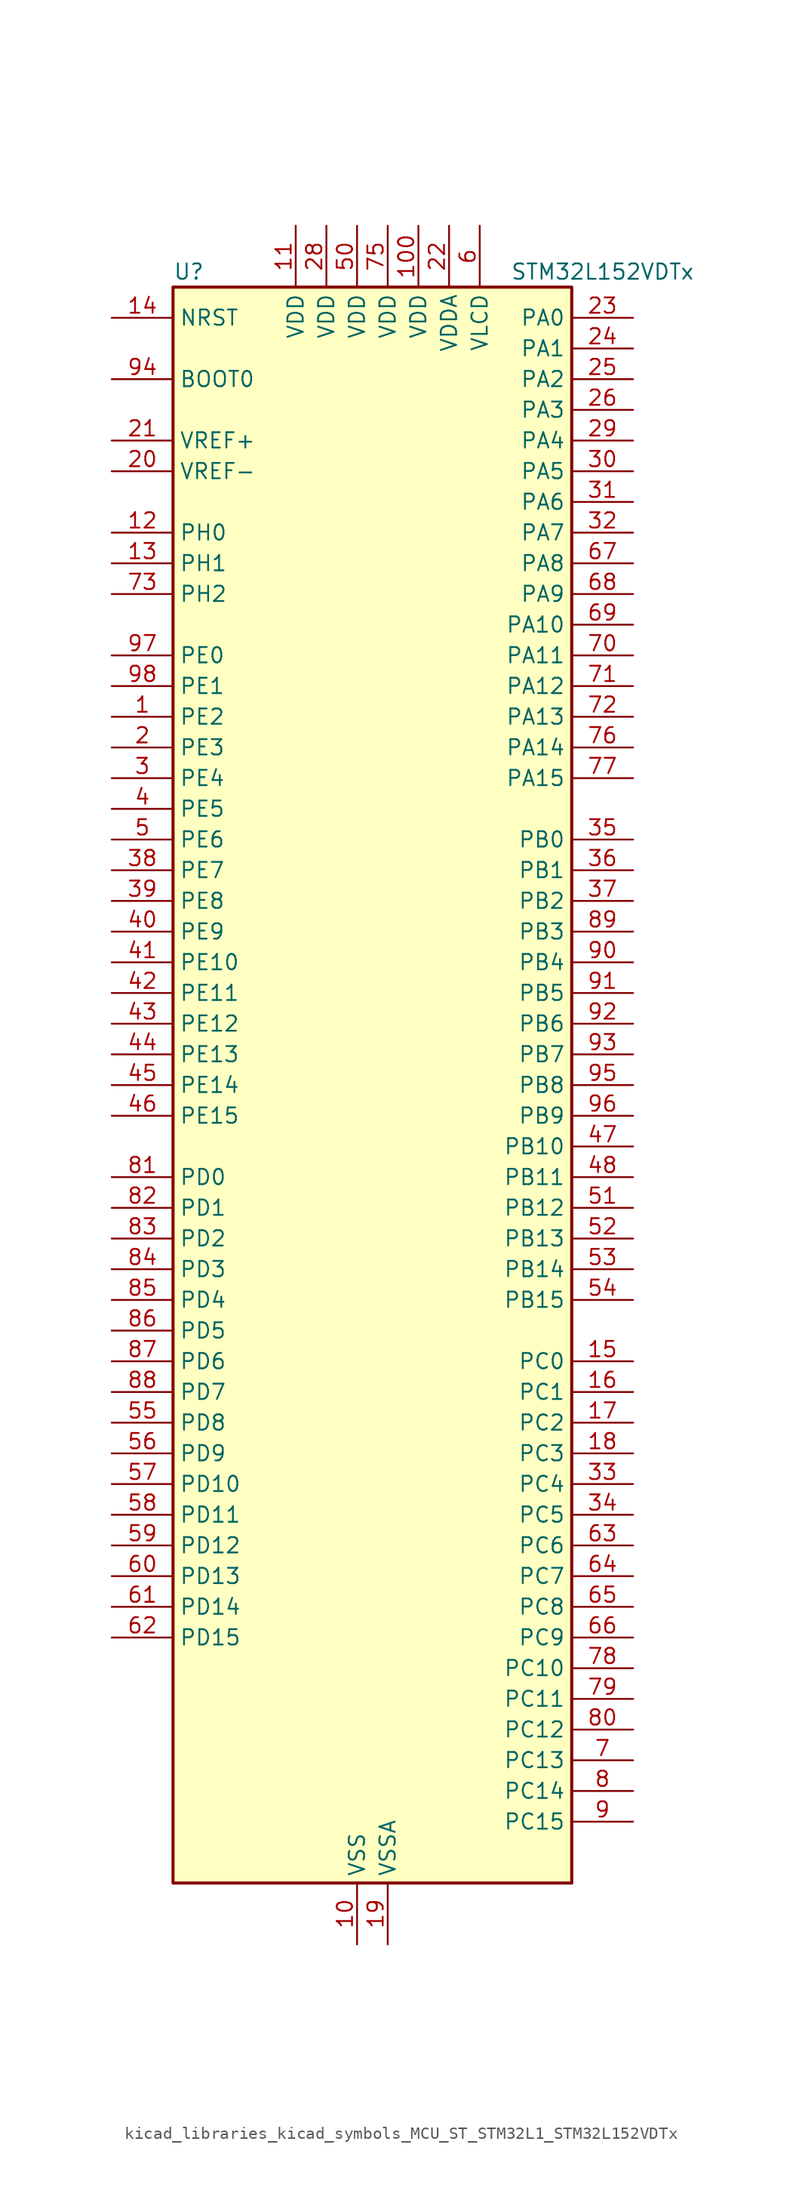
<source format=kicad_sym>
(kicad_symbol_lib
  (version 20220914)
  (generator kicad_symbol_editor)
  (symbol "kicad_libraries_kicad_symbols_MCU_ST_STM32L1_STM32L152VDTx"
    (property "Reference" "U"
      (at -15.24 67.31 0)
      (effects (font (size 1.27 1.27)) (justify left)))
    (property "Value" "STM32L152VDTx"
      (at 12.7 67.31 0)
      (effects (font (size 1.27 1.27)) (justify left)))
    (property "ki_locked" ""
      (at 0 0 0)
      (effects (font (size 1.27 1.27))))
    (symbol "kicad_libraries_kicad_symbols_MCU_ST_STM32L1_STM32L152VDTx_0_1"
      (rectangle (start -15.24 -66.04) (end 17.78 66.04) (stroke (width 0.254) (type default)) (fill (type background))))
    (symbol "kicad_libraries_kicad_symbols_MCU_ST_STM32L1_STM32L152VDTx_1_1"
      (pin bidirectional line (at -20.32 30.48 0) (length 5.08) (name "PE2" (effects (font (size 1.27 1.27)))) (number "1" (effects (font (size 1.27 1.27)))) (alternate "FSMC_A23" bidirectional line) (alternate "LCD_SEG38" bidirectional line) (alternate "SYS_TRACECK" bidirectional line) (alternate "TIM3_ETR" bidirectional line) (alternate "TIMX_IC3" bidirectional line))
      (pin power_in line (at 0 -71.12 90) (length 5.08) (name "VSS" (effects (font (size 1.27 1.27)))) (number "10" (effects (font (size 1.27 1.27)))))
      (pin power_in line (at 5.08 71.12 270) (length 5.08) (name "VDD" (effects (font (size 1.27 1.27)))) (number "100" (effects (font (size 1.27 1.27)))))
      (pin power_in line (at -5.08 71.12 270) (length 5.08) (name "VDD" (effects (font (size 1.27 1.27)))) (number "11" (effects (font (size 1.27 1.27)))))
      (pin bidirectional line (at -20.32 45.72 0) (length 5.08) (name "PH0" (effects (font (size 1.27 1.27)))) (number "12" (effects (font (size 1.27 1.27)))) (alternate "RCC_OSC_IN" bidirectional line))
      (pin bidirectional line (at -20.32 43.18 0) (length 5.08) (name "PH1" (effects (font (size 1.27 1.27)))) (number "13" (effects (font (size 1.27 1.27)))) (alternate "RCC_OSC_OUT" bidirectional line))
      (pin input line (at -20.32 63.5 0) (length 5.08) (name "NRST" (effects (font (size 1.27 1.27)))) (number "14" (effects (font (size 1.27 1.27)))))
      (pin bidirectional line (at 22.86 -22.86 180) (length 5.08) (name "PC0" (effects (font (size 1.27 1.27)))) (number "15" (effects (font (size 1.27 1.27)))) (alternate "ADC_IN10" bidirectional line) (alternate "COMP1_INP" bidirectional line) (alternate "LCD_SEG18" bidirectional line) (alternate "TIMX_IC1" bidirectional line) (alternate "TS_G8_IO1" bidirectional line))
      (pin bidirectional line (at 22.86 -25.4 180) (length 5.08) (name "PC1" (effects (font (size 1.27 1.27)))) (number "16" (effects (font (size 1.27 1.27)))) (alternate "ADC_IN11" bidirectional line) (alternate "COMP1_INP" bidirectional line) (alternate "LCD_SEG19" bidirectional line) (alternate "OPAMP3_VINP" bidirectional line) (alternate "TIMX_IC2" bidirectional line) (alternate "TS_G8_IO2" bidirectional line))
      (pin bidirectional line (at 22.86 -27.94 180) (length 5.08) (name "PC2" (effects (font (size 1.27 1.27)))) (number "17" (effects (font (size 1.27 1.27)))) (alternate "ADC_IN12" bidirectional line) (alternate "COMP1_INP" bidirectional line) (alternate "LCD_SEG20" bidirectional line) (alternate "OPAMP3_VINM" bidirectional line) (alternate "TIMX_IC3" bidirectional line) (alternate "TS_G8_IO3" bidirectional line))
      (pin bidirectional line (at 22.86 -30.48 180) (length 5.08) (name "PC3" (effects (font (size 1.27 1.27)))) (number "18" (effects (font (size 1.27 1.27)))) (alternate "ADC_IN13" bidirectional line) (alternate "COMP1_INP" bidirectional line) (alternate "LCD_SEG21" bidirectional line) (alternate "OPAMP3_VOUT" bidirectional line) (alternate "TIMX_IC4" bidirectional line) (alternate "TS_G8_IO4" bidirectional line))
      (pin power_in line (at 2.54 -71.12 90) (length 5.08) (name "VSSA" (effects (font (size 1.27 1.27)))) (number "19" (effects (font (size 1.27 1.27)))))
      (pin bidirectional line (at -20.32 27.94 0) (length 5.08) (name "PE3" (effects (font (size 1.27 1.27)))) (number "2" (effects (font (size 1.27 1.27)))) (alternate "FSMC_A19" bidirectional line) (alternate "LCD_SEG39" bidirectional line) (alternate "SYS_TRACED0" bidirectional line) (alternate "TIM3_CH1" bidirectional line) (alternate "TIMX_IC4" bidirectional line))
      (pin input line (at -20.32 50.8 0) (length 5.08) (name "VREF-" (effects (font (size 1.27 1.27)))) (number "20" (effects (font (size 1.27 1.27)))))
      (pin input line (at -20.32 53.34 0) (length 5.08) (name "VREF+" (effects (font (size 1.27 1.27)))) (number "21" (effects (font (size 1.27 1.27)))))
      (pin power_in line (at 7.62 71.12 270) (length 5.08) (name "VDDA" (effects (font (size 1.27 1.27)))) (number "22" (effects (font (size 1.27 1.27)))))
      (pin bidirectional line (at 22.86 63.5 180) (length 5.08) (name "PA0" (effects (font (size 1.27 1.27)))) (number "23" (effects (font (size 1.27 1.27)))) (alternate "ADC_IN0" bidirectional line) (alternate "COMP1_INP" bidirectional line) (alternate "RTC_TAMP2" bidirectional line) (alternate "SYS_WKUP1" bidirectional line) (alternate "TIM2_CH1" bidirectional line) (alternate "TIM2_ETR" bidirectional line) (alternate "TIM5_CH1" bidirectional line) (alternate "TIMX_IC1" bidirectional line) (alternate "TS_G1_IO1" bidirectional line) (alternate "USART2_CTS" bidirectional line))
      (pin bidirectional line (at 22.86 60.96 180) (length 5.08) (name "PA1" (effects (font (size 1.27 1.27)))) (number "24" (effects (font (size 1.27 1.27)))) (alternate "ADC_IN1" bidirectional line) (alternate "COMP1_INP" bidirectional line) (alternate "LCD_SEG0" bidirectional line) (alternate "OPAMP1_VINP" bidirectional line) (alternate "TIM2_CH2" bidirectional line) (alternate "TIM5_CH2" bidirectional line) (alternate "TIMX_IC2" bidirectional line) (alternate "TS_G1_IO2" bidirectional line) (alternate "USART2_RTS" bidirectional line))
      (pin bidirectional line (at 22.86 58.42 180) (length 5.08) (name "PA2" (effects (font (size 1.27 1.27)))) (number "25" (effects (font (size 1.27 1.27)))) (alternate "ADC_IN2" bidirectional line) (alternate "COMP1_INP" bidirectional line) (alternate "LCD_SEG1" bidirectional line) (alternate "OPAMP1_VINM" bidirectional line) (alternate "TIM2_CH3" bidirectional line) (alternate "TIM5_CH3" bidirectional line) (alternate "TIM9_CH1" bidirectional line) (alternate "TIMX_IC3" bidirectional line) (alternate "TS_G1_IO3" bidirectional line) (alternate "USART2_TX" bidirectional line))
      (pin bidirectional line (at 22.86 55.88 180) (length 5.08) (name "PA3" (effects (font (size 1.27 1.27)))) (number "26" (effects (font (size 1.27 1.27)))) (alternate "ADC_IN3" bidirectional line) (alternate "COMP1_INP" bidirectional line) (alternate "LCD_SEG2" bidirectional line) (alternate "OPAMP1_VOUT" bidirectional line) (alternate "TIM2_CH4" bidirectional line) (alternate "TIM5_CH4" bidirectional line) (alternate "TIM9_CH2" bidirectional line) (alternate "TIMX_IC4" bidirectional line) (alternate "TS_G1_IO4" bidirectional line) (alternate "USART2_RX" bidirectional line))
      (pin passive line (at 0 -71.12 90) (length 5.08) hide (name "VSS" (effects (font (size 1.27 1.27)))) (number "27" (effects (font (size 1.27 1.27)))))
      (pin power_in line (at -2.54 71.12 270) (length 5.08) (name "VDD" (effects (font (size 1.27 1.27)))) (number "28" (effects (font (size 1.27 1.27)))))
      (pin bidirectional line (at 22.86 53.34 180) (length 5.08) (name "PA4" (effects (font (size 1.27 1.27)))) (number "29" (effects (font (size 1.27 1.27)))) (alternate "ADC_IN4" bidirectional line) (alternate "COMP1_INP" bidirectional line) (alternate "DAC_OUT1" bidirectional line) (alternate "I2S3_WS" bidirectional line) (alternate "SPI1_NSS" bidirectional line) (alternate "SPI3_NSS" bidirectional line) (alternate "TIMX_IC1" bidirectional line) (alternate "USART2_CK" bidirectional line))
      (pin bidirectional line (at -20.32 25.4 0) (length 5.08) (name "PE4" (effects (font (size 1.27 1.27)))) (number "3" (effects (font (size 1.27 1.27)))) (alternate "FSMC_A20" bidirectional line) (alternate "SYS_TRACED1" bidirectional line) (alternate "TIM3_CH2" bidirectional line) (alternate "TIMX_IC1" bidirectional line))
      (pin bidirectional line (at 22.86 50.8 180) (length 5.08) (name "PA5" (effects (font (size 1.27 1.27)))) (number "30" (effects (font (size 1.27 1.27)))) (alternate "ADC_IN5" bidirectional line) (alternate "COMP1_INP" bidirectional line) (alternate "DAC_OUT2" bidirectional line) (alternate "SPI1_SCK" bidirectional line) (alternate "TIM2_CH1" bidirectional line) (alternate "TIM2_ETR" bidirectional line) (alternate "TIMX_IC2" bidirectional line))
      (pin bidirectional line (at 22.86 48.26 180) (length 5.08) (name "PA6" (effects (font (size 1.27 1.27)))) (number "31" (effects (font (size 1.27 1.27)))) (alternate "ADC_IN6" bidirectional line) (alternate "COMP1_INP" bidirectional line) (alternate "LCD_SEG3" bidirectional line) (alternate "OPAMP2_VINP" bidirectional line) (alternate "SPI1_MISO" bidirectional line) (alternate "TIM10_CH1" bidirectional line) (alternate "TIM3_CH1" bidirectional line) (alternate "TIMX_IC3" bidirectional line) (alternate "TS_G2_IO1" bidirectional line))
      (pin bidirectional line (at 22.86 45.72 180) (length 5.08) (name "PA7" (effects (font (size 1.27 1.27)))) (number "32" (effects (font (size 1.27 1.27)))) (alternate "ADC_IN7" bidirectional line) (alternate "COMP1_INP" bidirectional line) (alternate "LCD_SEG4" bidirectional line) (alternate "OPAMP2_VINM" bidirectional line) (alternate "SPI1_MOSI" bidirectional line) (alternate "TIM11_CH1" bidirectional line) (alternate "TIM3_CH2" bidirectional line) (alternate "TIMX_IC4" bidirectional line) (alternate "TS_G2_IO2" bidirectional line))
      (pin bidirectional line (at 22.86 -33.02 180) (length 5.08) (name "PC4" (effects (font (size 1.27 1.27)))) (number "33" (effects (font (size 1.27 1.27)))) (alternate "ADC_IN14" bidirectional line) (alternate "COMP1_INP" bidirectional line) (alternate "LCD_SEG22" bidirectional line) (alternate "TIMX_IC1" bidirectional line) (alternate "TS_G9_IO1" bidirectional line))
      (pin bidirectional line (at 22.86 -35.56 180) (length 5.08) (name "PC5" (effects (font (size 1.27 1.27)))) (number "34" (effects (font (size 1.27 1.27)))) (alternate "ADC_IN15" bidirectional line) (alternate "COMP1_INP" bidirectional line) (alternate "LCD_SEG23" bidirectional line) (alternate "TIMX_IC2" bidirectional line) (alternate "TS_G9_IO2" bidirectional line))
      (pin bidirectional line (at 22.86 20.32 180) (length 5.08) (name "PB0" (effects (font (size 1.27 1.27)))) (number "35" (effects (font (size 1.27 1.27)))) (alternate "ADC_IN8" bidirectional line) (alternate "COMP1_INP" bidirectional line) (alternate "LCD_SEG5" bidirectional line) (alternate "OPAMP2_VOUT" bidirectional line) (alternate "SYS_V_REF_OUT" bidirectional line) (alternate "TIM3_CH3" bidirectional line) (alternate "TS_G3_IO1" bidirectional line))
      (pin bidirectional line (at 22.86 17.78 180) (length 5.08) (name "PB1" (effects (font (size 1.27 1.27)))) (number "36" (effects (font (size 1.27 1.27)))) (alternate "ADC_IN9" bidirectional line) (alternate "COMP1_INP" bidirectional line) (alternate "LCD_SEG6" bidirectional line) (alternate "SYS_V_REF_OUT" bidirectional line) (alternate "TIM3_CH4" bidirectional line) (alternate "TS_G3_IO2" bidirectional line))
      (pin bidirectional line (at 22.86 15.24 180) (length 5.08) (name "PB2" (effects (font (size 1.27 1.27)))) (number "37" (effects (font (size 1.27 1.27)))) (alternate "TS_G3_IO3" bidirectional line))
      (pin bidirectional line (at -20.32 17.78 0) (length 5.08) (name "PE7" (effects (font (size 1.27 1.27)))) (number "38" (effects (font (size 1.27 1.27)))) (alternate "ADC_IN22" bidirectional line) (alternate "COMP1_INP" bidirectional line) (alternate "FSMC_D4" bidirectional line) (alternate "FSMC_DA4" bidirectional line) (alternate "TIMX_IC4" bidirectional line))
      (pin bidirectional line (at -20.32 15.24 0) (length 5.08) (name "PE8" (effects (font (size 1.27 1.27)))) (number "39" (effects (font (size 1.27 1.27)))) (alternate "ADC_IN23" bidirectional line) (alternate "COMP1_INP" bidirectional line) (alternate "FSMC_D5" bidirectional line) (alternate "FSMC_DA5" bidirectional line) (alternate "TIMX_IC1" bidirectional line))
      (pin bidirectional line (at -20.32 22.86 0) (length 5.08) (name "PE5" (effects (font (size 1.27 1.27)))) (number "4" (effects (font (size 1.27 1.27)))) (alternate "FSMC_A21" bidirectional line) (alternate "SYS_TRACED2" bidirectional line) (alternate "TIM9_CH1" bidirectional line) (alternate "TIMX_IC2" bidirectional line))
      (pin bidirectional line (at -20.32 12.7 0) (length 5.08) (name "PE9" (effects (font (size 1.27 1.27)))) (number "40" (effects (font (size 1.27 1.27)))) (alternate "ADC_IN24" bidirectional line) (alternate "COMP1_INP" bidirectional line) (alternate "DAC_EXTI9" bidirectional line) (alternate "FSMC_D6" bidirectional line) (alternate "FSMC_DA6" bidirectional line) (alternate "TIM2_CH1" bidirectional line) (alternate "TIM2_ETR" bidirectional line) (alternate "TIMX_IC2" bidirectional line))
      (pin bidirectional line (at -20.32 10.16 0) (length 5.08) (name "PE10" (effects (font (size 1.27 1.27)))) (number "41" (effects (font (size 1.27 1.27)))) (alternate "ADC_IN25" bidirectional line) (alternate "COMP1_INP" bidirectional line) (alternate "FSMC_D7" bidirectional line) (alternate "FSMC_DA7" bidirectional line) (alternate "TIM2_CH2" bidirectional line) (alternate "TIMX_IC3" bidirectional line))
      (pin bidirectional line (at -20.32 7.62 0) (length 5.08) (name "PE11" (effects (font (size 1.27 1.27)))) (number "42" (effects (font (size 1.27 1.27)))) (alternate "ADC_EXTI11" bidirectional line) (alternate "FSMC_D8" bidirectional line) (alternate "FSMC_DA8" bidirectional line) (alternate "TIM2_CH3" bidirectional line) (alternate "TIMX_IC4" bidirectional line))
      (pin bidirectional line (at -20.32 5.08 0) (length 5.08) (name "PE12" (effects (font (size 1.27 1.27)))) (number "43" (effects (font (size 1.27 1.27)))) (alternate "FSMC_D9" bidirectional line) (alternate "FSMC_DA9" bidirectional line) (alternate "SPI1_NSS" bidirectional line) (alternate "TIM2_CH4" bidirectional line) (alternate "TIMX_IC1" bidirectional line))
      (pin bidirectional line (at -20.32 2.54 0) (length 5.08) (name "PE13" (effects (font (size 1.27 1.27)))) (number "44" (effects (font (size 1.27 1.27)))) (alternate "FSMC_D10" bidirectional line) (alternate "FSMC_DA10" bidirectional line) (alternate "SPI1_SCK" bidirectional line) (alternate "TIMX_IC2" bidirectional line))
      (pin bidirectional line (at -20.32 0 0) (length 5.08) (name "PE14" (effects (font (size 1.27 1.27)))) (number "45" (effects (font (size 1.27 1.27)))) (alternate "FSMC_D11" bidirectional line) (alternate "FSMC_DA11" bidirectional line) (alternate "SPI1_MISO" bidirectional line) (alternate "TIMX_IC3" bidirectional line))
      (pin bidirectional line (at -20.32 -2.54 0) (length 5.08) (name "PE15" (effects (font (size 1.27 1.27)))) (number "46" (effects (font (size 1.27 1.27)))) (alternate "ADC_EXTI15" bidirectional line) (alternate "FSMC_D12" bidirectional line) (alternate "FSMC_DA12" bidirectional line) (alternate "SPI1_MOSI" bidirectional line) (alternate "TIMX_IC4" bidirectional line))
      (pin bidirectional line (at 22.86 -5.08 180) (length 5.08) (name "PB10" (effects (font (size 1.27 1.27)))) (number "47" (effects (font (size 1.27 1.27)))) (alternate "I2C2_SCL" bidirectional line) (alternate "LCD_SEG10" bidirectional line) (alternate "TIM2_CH3" bidirectional line) (alternate "USART3_TX" bidirectional line))
      (pin bidirectional line (at 22.86 -7.62 180) (length 5.08) (name "PB11" (effects (font (size 1.27 1.27)))) (number "48" (effects (font (size 1.27 1.27)))) (alternate "ADC_EXTI11" bidirectional line) (alternate "I2C2_SDA" bidirectional line) (alternate "LCD_SEG11" bidirectional line) (alternate "TIM2_CH4" bidirectional line) (alternate "USART3_RX" bidirectional line))
      (pin passive line (at 0 -71.12 90) (length 5.08) hide (name "VSS" (effects (font (size 1.27 1.27)))) (number "49" (effects (font (size 1.27 1.27)))))
      (pin bidirectional line (at -20.32 20.32 0) (length 5.08) (name "PE6" (effects (font (size 1.27 1.27)))) (number "5" (effects (font (size 1.27 1.27)))) (alternate "RTC_TAMP3" bidirectional line) (alternate "SYS_TRACED3" bidirectional line) (alternate "SYS_WKUP3" bidirectional line) (alternate "TIM9_CH2" bidirectional line) (alternate "TIMX_IC3" bidirectional line))
      (pin power_in line (at 0 71.12 270) (length 5.08) (name "VDD" (effects (font (size 1.27 1.27)))) (number "50" (effects (font (size 1.27 1.27)))))
      (pin bidirectional line (at 22.86 -10.16 180) (length 5.08) (name "PB12" (effects (font (size 1.27 1.27)))) (number "51" (effects (font (size 1.27 1.27)))) (alternate "ADC_IN18" bidirectional line) (alternate "COMP1_INP" bidirectional line) (alternate "I2C2_SMBA" bidirectional line) (alternate "I2S2_WS" bidirectional line) (alternate "LCD_SEG12" bidirectional line) (alternate "SPI2_NSS" bidirectional line) (alternate "TIM10_CH1" bidirectional line) (alternate "TS_G7_IO1" bidirectional line) (alternate "USART3_CK" bidirectional line))
      (pin bidirectional line (at 22.86 -12.7 180) (length 5.08) (name "PB13" (effects (font (size 1.27 1.27)))) (number "52" (effects (font (size 1.27 1.27)))) (alternate "ADC_IN19" bidirectional line) (alternate "COMP1_INP" bidirectional line) (alternate "I2S2_CK" bidirectional line) (alternate "LCD_SEG13" bidirectional line) (alternate "SPI2_SCK" bidirectional line) (alternate "TIM9_CH1" bidirectional line) (alternate "TS_G7_IO2" bidirectional line) (alternate "USART3_CTS" bidirectional line))
      (pin bidirectional line (at 22.86 -15.24 180) (length 5.08) (name "PB14" (effects (font (size 1.27 1.27)))) (number "53" (effects (font (size 1.27 1.27)))) (alternate "ADC_IN20" bidirectional line) (alternate "COMP1_INP" bidirectional line) (alternate "LCD_SEG14" bidirectional line) (alternate "SPI2_MISO" bidirectional line) (alternate "TIM9_CH2" bidirectional line) (alternate "TS_G7_IO3" bidirectional line) (alternate "USART3_RTS" bidirectional line))
      (pin bidirectional line (at 22.86 -17.78 180) (length 5.08) (name "PB15" (effects (font (size 1.27 1.27)))) (number "54" (effects (font (size 1.27 1.27)))) (alternate "ADC_EXTI15" bidirectional line) (alternate "ADC_IN21" bidirectional line) (alternate "COMP1_INP" bidirectional line) (alternate "I2S2_SD" bidirectional line) (alternate "LCD_SEG15" bidirectional line) (alternate "RTC_REFIN" bidirectional line) (alternate "SPI2_MOSI" bidirectional line) (alternate "TIM11_CH1" bidirectional line) (alternate "TS_G7_IO4" bidirectional line))
      (pin bidirectional line (at -20.32 -27.94 0) (length 5.08) (name "PD8" (effects (font (size 1.27 1.27)))) (number "55" (effects (font (size 1.27 1.27)))) (alternate "FSMC_D13" bidirectional line) (alternate "FSMC_DA13" bidirectional line) (alternate "LCD_SEG28" bidirectional line) (alternate "TIMX_IC1" bidirectional line) (alternate "USART3_TX" bidirectional line))
      (pin bidirectional line (at -20.32 -30.48 0) (length 5.08) (name "PD9" (effects (font (size 1.27 1.27)))) (number "56" (effects (font (size 1.27 1.27)))) (alternate "DAC_EXTI9" bidirectional line) (alternate "FSMC_D14" bidirectional line) (alternate "FSMC_DA14" bidirectional line) (alternate "LCD_SEG29" bidirectional line) (alternate "TIMX_IC2" bidirectional line) (alternate "USART3_RX" bidirectional line))
      (pin bidirectional line (at -20.32 -33.02 0) (length 5.08) (name "PD10" (effects (font (size 1.27 1.27)))) (number "57" (effects (font (size 1.27 1.27)))) (alternate "FSMC_D15" bidirectional line) (alternate "FSMC_DA15" bidirectional line) (alternate "LCD_SEG30" bidirectional line) (alternate "TIMX_IC3" bidirectional line) (alternate "USART3_CK" bidirectional line))
      (pin bidirectional line (at -20.32 -35.56 0) (length 5.08) (name "PD11" (effects (font (size 1.27 1.27)))) (number "58" (effects (font (size 1.27 1.27)))) (alternate "ADC_EXTI11" bidirectional line) (alternate "FSMC_A16" bidirectional line) (alternate "LCD_SEG31" bidirectional line) (alternate "TIMX_IC4" bidirectional line) (alternate "USART3_CTS" bidirectional line))
      (pin bidirectional line (at -20.32 -38.1 0) (length 5.08) (name "PD12" (effects (font (size 1.27 1.27)))) (number "59" (effects (font (size 1.27 1.27)))) (alternate "FSMC_A17" bidirectional line) (alternate "LCD_SEG32" bidirectional line) (alternate "TIM4_CH1" bidirectional line) (alternate "TIMX_IC1" bidirectional line) (alternate "USART3_RTS" bidirectional line))
      (pin power_in line (at 10.16 71.12 270) (length 5.08) (name "VLCD" (effects (font (size 1.27 1.27)))) (number "6" (effects (font (size 1.27 1.27)))))
      (pin bidirectional line (at -20.32 -40.64 0) (length 5.08) (name "PD13" (effects (font (size 1.27 1.27)))) (number "60" (effects (font (size 1.27 1.27)))) (alternate "FSMC_A18" bidirectional line) (alternate "LCD_SEG33" bidirectional line) (alternate "TIM4_CH2" bidirectional line) (alternate "TIMX_IC2" bidirectional line))
      (pin bidirectional line (at -20.32 -43.18 0) (length 5.08) (name "PD14" (effects (font (size 1.27 1.27)))) (number "61" (effects (font (size 1.27 1.27)))) (alternate "FSMC_D0" bidirectional line) (alternate "FSMC_DA0" bidirectional line) (alternate "LCD_SEG34" bidirectional line) (alternate "TIM4_CH3" bidirectional line) (alternate "TIMX_IC3" bidirectional line))
      (pin bidirectional line (at -20.32 -45.72 0) (length 5.08) (name "PD15" (effects (font (size 1.27 1.27)))) (number "62" (effects (font (size 1.27 1.27)))) (alternate "ADC_EXTI15" bidirectional line) (alternate "FSMC_D1" bidirectional line) (alternate "FSMC_DA1" bidirectional line) (alternate "LCD_SEG35" bidirectional line) (alternate "TIM4_CH4" bidirectional line) (alternate "TIMX_IC4" bidirectional line))
      (pin bidirectional line (at 22.86 -38.1 180) (length 5.08) (name "PC6" (effects (font (size 1.27 1.27)))) (number "63" (effects (font (size 1.27 1.27)))) (alternate "I2S2_MCK" bidirectional line) (alternate "LCD_SEG24" bidirectional line) (alternate "SDIO_D6" bidirectional line) (alternate "TIM3_CH1" bidirectional line) (alternate "TIMX_IC3" bidirectional line) (alternate "TS_G10_IO1" bidirectional line))
      (pin bidirectional line (at 22.86 -40.64 180) (length 5.08) (name "PC7" (effects (font (size 1.27 1.27)))) (number "64" (effects (font (size 1.27 1.27)))) (alternate "I2S3_MCK" bidirectional line) (alternate "LCD_SEG25" bidirectional line) (alternate "SDIO_D7" bidirectional line) (alternate "TIM3_CH2" bidirectional line) (alternate "TIMX_IC4" bidirectional line) (alternate "TS_G10_IO2" bidirectional line))
      (pin bidirectional line (at 22.86 -43.18 180) (length 5.08) (name "PC8" (effects (font (size 1.27 1.27)))) (number "65" (effects (font (size 1.27 1.27)))) (alternate "LCD_SEG26" bidirectional line) (alternate "SDIO_D0" bidirectional line) (alternate "TIM3_CH3" bidirectional line) (alternate "TIMX_IC1" bidirectional line) (alternate "TS_G10_IO3" bidirectional line))
      (pin bidirectional line (at 22.86 -45.72 180) (length 5.08) (name "PC9" (effects (font (size 1.27 1.27)))) (number "66" (effects (font (size 1.27 1.27)))) (alternate "DAC_EXTI9" bidirectional line) (alternate "LCD_SEG27" bidirectional line) (alternate "SDIO_D1" bidirectional line) (alternate "TIM3_CH4" bidirectional line) (alternate "TIMX_IC2" bidirectional line) (alternate "TS_G10_IO4" bidirectional line))
      (pin bidirectional line (at 22.86 43.18 180) (length 5.08) (name "PA8" (effects (font (size 1.27 1.27)))) (number "67" (effects (font (size 1.27 1.27)))) (alternate "LCD_COM0" bidirectional line) (alternate "RCC_MCO" bidirectional line) (alternate "TIMX_IC1" bidirectional line) (alternate "TS_G4_IO1" bidirectional line) (alternate "USART1_CK" bidirectional line))
      (pin bidirectional line (at 22.86 40.64 180) (length 5.08) (name "PA9" (effects (font (size 1.27 1.27)))) (number "68" (effects (font (size 1.27 1.27)))) (alternate "DAC_EXTI9" bidirectional line) (alternate "LCD_COM1" bidirectional line) (alternate "TIMX_IC2" bidirectional line) (alternate "TS_G4_IO2" bidirectional line) (alternate "USART1_TX" bidirectional line))
      (pin bidirectional line (at 22.86 38.1 180) (length 5.08) (name "PA10" (effects (font (size 1.27 1.27)))) (number "69" (effects (font (size 1.27 1.27)))) (alternate "LCD_COM2" bidirectional line) (alternate "TIMX_IC3" bidirectional line) (alternate "TS_G4_IO3" bidirectional line) (alternate "USART1_RX" bidirectional line))
      (pin bidirectional line (at 22.86 -55.88 180) (length 5.08) (name "PC13" (effects (font (size 1.27 1.27)))) (number "7" (effects (font (size 1.27 1.27)))) (alternate "RTC_OUT_ALARM" bidirectional line) (alternate "RTC_OUT_CALIB" bidirectional line) (alternate "RTC_TAMP1" bidirectional line) (alternate "RTC_TS" bidirectional line) (alternate "SYS_WKUP2" bidirectional line) (alternate "TIMX_IC2" bidirectional line))
      (pin bidirectional line (at 22.86 35.56 180) (length 5.08) (name "PA11" (effects (font (size 1.27 1.27)))) (number "70" (effects (font (size 1.27 1.27)))) (alternate "ADC_EXTI11" bidirectional line) (alternate "SPI1_MISO" bidirectional line) (alternate "TIMX_IC4" bidirectional line) (alternate "USART1_CTS" bidirectional line) (alternate "USB_DM" bidirectional line))
      (pin bidirectional line (at 22.86 33.02 180) (length 5.08) (name "PA12" (effects (font (size 1.27 1.27)))) (number "71" (effects (font (size 1.27 1.27)))) (alternate "SPI1_MOSI" bidirectional line) (alternate "TIMX_IC1" bidirectional line) (alternate "USART1_RTS" bidirectional line) (alternate "USB_DP" bidirectional line))
      (pin bidirectional line (at 22.86 30.48 180) (length 5.08) (name "PA13" (effects (font (size 1.27 1.27)))) (number "72" (effects (font (size 1.27 1.27)))) (alternate "SYS_JTMS-SWDIO" bidirectional line) (alternate "TIMX_IC2" bidirectional line) (alternate "TS_G5_IO1" bidirectional line))
      (pin bidirectional line (at -20.32 40.64 0) (length 5.08) (name "PH2" (effects (font (size 1.27 1.27)))) (number "73" (effects (font (size 1.27 1.27)))) (alternate "FSMC_A22" bidirectional line))
      (pin passive line (at 0 -71.12 90) (length 5.08) hide (name "VSS" (effects (font (size 1.27 1.27)))) (number "74" (effects (font (size 1.27 1.27)))))
      (pin power_in line (at 2.54 71.12 270) (length 5.08) (name "VDD" (effects (font (size 1.27 1.27)))) (number "75" (effects (font (size 1.27 1.27)))))
      (pin bidirectional line (at 22.86 27.94 180) (length 5.08) (name "PA14" (effects (font (size 1.27 1.27)))) (number "76" (effects (font (size 1.27 1.27)))) (alternate "SYS_JTCK-SWCLK" bidirectional line) (alternate "TIMX_IC3" bidirectional line) (alternate "TS_G5_IO2" bidirectional line))
      (pin bidirectional line (at 22.86 25.4 180) (length 5.08) (name "PA15" (effects (font (size 1.27 1.27)))) (number "77" (effects (font (size 1.27 1.27)))) (alternate "ADC_EXTI15" bidirectional line) (alternate "I2S3_WS" bidirectional line) (alternate "LCD_SEG17" bidirectional line) (alternate "SPI1_NSS" bidirectional line) (alternate "SPI3_NSS" bidirectional line) (alternate "SYS_JTDI" bidirectional line) (alternate "TIM2_CH1" bidirectional line) (alternate "TIM2_ETR" bidirectional line) (alternate "TIMX_IC4" bidirectional line) (alternate "TS_G5_IO3" bidirectional line))
      (pin bidirectional line (at 22.86 -48.26 180) (length 5.08) (name "PC10" (effects (font (size 1.27 1.27)))) (number "78" (effects (font (size 1.27 1.27)))) (alternate "I2S3_CK" bidirectional line) (alternate "LCD_COM4" bidirectional line) (alternate "LCD_SEG28" bidirectional line) (alternate "LCD_SEG40" bidirectional line) (alternate "SDIO_D2" bidirectional line) (alternate "SPI3_SCK" bidirectional line) (alternate "TIMX_IC3" bidirectional line) (alternate "UART4_TX" bidirectional line) (alternate "USART3_TX" bidirectional line))
      (pin bidirectional line (at 22.86 -50.8 180) (length 5.08) (name "PC11" (effects (font (size 1.27 1.27)))) (number "79" (effects (font (size 1.27 1.27)))) (alternate "ADC_EXTI11" bidirectional line) (alternate "LCD_COM5" bidirectional line) (alternate "LCD_SEG29" bidirectional line) (alternate "LCD_SEG41" bidirectional line) (alternate "SDIO_D3" bidirectional line) (alternate "SPI3_MISO" bidirectional line) (alternate "TIMX_IC4" bidirectional line) (alternate "UART4_RX" bidirectional line) (alternate "USART3_RX" bidirectional line))
      (pin bidirectional line (at 22.86 -58.42 180) (length 5.08) (name "PC14" (effects (font (size 1.27 1.27)))) (number "8" (effects (font (size 1.27 1.27)))) (alternate "RCC_OSC32_IN" bidirectional line) (alternate "TIMX_IC3" bidirectional line))
      (pin bidirectional line (at 22.86 -53.34 180) (length 5.08) (name "PC12" (effects (font (size 1.27 1.27)))) (number "80" (effects (font (size 1.27 1.27)))) (alternate "I2S3_SD" bidirectional line) (alternate "LCD_COM6" bidirectional line) (alternate "LCD_SEG30" bidirectional line) (alternate "LCD_SEG42" bidirectional line) (alternate "SDIO_CK" bidirectional line) (alternate "SPI3_MOSI" bidirectional line) (alternate "TIMX_IC1" bidirectional line) (alternate "UART5_TX" bidirectional line) (alternate "USART3_CK" bidirectional line))
      (pin bidirectional line (at -20.32 -7.62 0) (length 5.08) (name "PD0" (effects (font (size 1.27 1.27)))) (number "81" (effects (font (size 1.27 1.27)))) (alternate "FSMC_D2" bidirectional line) (alternate "FSMC_DA2" bidirectional line) (alternate "I2S2_WS" bidirectional line) (alternate "SPI2_NSS" bidirectional line) (alternate "TIM9_CH1" bidirectional line) (alternate "TIMX_IC1" bidirectional line))
      (pin bidirectional line (at -20.32 -10.16 0) (length 5.08) (name "PD1" (effects (font (size 1.27 1.27)))) (number "82" (effects (font (size 1.27 1.27)))) (alternate "FSMC_D3" bidirectional line) (alternate "FSMC_DA3" bidirectional line) (alternate "I2S2_CK" bidirectional line) (alternate "SPI2_SCK" bidirectional line) (alternate "TIMX_IC2" bidirectional line))
      (pin bidirectional line (at -20.32 -12.7 0) (length 5.08) (name "PD2" (effects (font (size 1.27 1.27)))) (number "83" (effects (font (size 1.27 1.27)))) (alternate "LCD_COM7" bidirectional line) (alternate "LCD_SEG31" bidirectional line) (alternate "LCD_SEG43" bidirectional line) (alternate "SDIO_CMD" bidirectional line) (alternate "TIM3_ETR" bidirectional line) (alternate "TIMX_IC3" bidirectional line) (alternate "UART5_RX" bidirectional line))
      (pin bidirectional line (at -20.32 -15.24 0) (length 5.08) (name "PD3" (effects (font (size 1.27 1.27)))) (number "84" (effects (font (size 1.27 1.27)))) (alternate "FSMC_CLK" bidirectional line) (alternate "SPI2_MISO" bidirectional line) (alternate "TIMX_IC4" bidirectional line) (alternate "USART2_CTS" bidirectional line))
      (pin bidirectional line (at -20.32 -17.78 0) (length 5.08) (name "PD4" (effects (font (size 1.27 1.27)))) (number "85" (effects (font (size 1.27 1.27)))) (alternate "FSMC_NOE" bidirectional line) (alternate "I2S2_SD" bidirectional line) (alternate "SPI2_MOSI" bidirectional line) (alternate "TIMX_IC1" bidirectional line) (alternate "USART2_RTS" bidirectional line))
      (pin bidirectional line (at -20.32 -20.32 0) (length 5.08) (name "PD5" (effects (font (size 1.27 1.27)))) (number "86" (effects (font (size 1.27 1.27)))) (alternate "FSMC_NWE" bidirectional line) (alternate "TIMX_IC2" bidirectional line) (alternate "USART2_TX" bidirectional line))
      (pin bidirectional line (at -20.32 -22.86 0) (length 5.08) (name "PD6" (effects (font (size 1.27 1.27)))) (number "87" (effects (font (size 1.27 1.27)))) (alternate "FSMC_NWAIT" bidirectional line) (alternate "TIMX_IC3" bidirectional line) (alternate "USART2_RX" bidirectional line))
      (pin bidirectional line (at -20.32 -25.4 0) (length 5.08) (name "PD7" (effects (font (size 1.27 1.27)))) (number "88" (effects (font (size 1.27 1.27)))) (alternate "FSMC_NE1" bidirectional line) (alternate "TIM9_CH2" bidirectional line) (alternate "TIMX_IC4" bidirectional line) (alternate "USART2_CK" bidirectional line))
      (pin bidirectional line (at 22.86 12.7 180) (length 5.08) (name "PB3" (effects (font (size 1.27 1.27)))) (number "89" (effects (font (size 1.27 1.27)))) (alternate "COMP2_INM" bidirectional line) (alternate "I2S3_CK" bidirectional line) (alternate "LCD_SEG7" bidirectional line) (alternate "SPI1_SCK" bidirectional line) (alternate "SPI3_SCK" bidirectional line) (alternate "SYS_JTDO-TRACESWO" bidirectional line) (alternate "TIM2_CH2" bidirectional line))
      (pin bidirectional line (at 22.86 -60.96 180) (length 5.08) (name "PC15" (effects (font (size 1.27 1.27)))) (number "9" (effects (font (size 1.27 1.27)))) (alternate "ADC_EXTI15" bidirectional line) (alternate "RCC_OSC32_OUT" bidirectional line) (alternate "TIMX_IC4" bidirectional line))
      (pin bidirectional line (at 22.86 10.16 180) (length 5.08) (name "PB4" (effects (font (size 1.27 1.27)))) (number "90" (effects (font (size 1.27 1.27)))) (alternate "COMP2_INP" bidirectional line) (alternate "LCD_SEG8" bidirectional line) (alternate "SPI1_MISO" bidirectional line) (alternate "SPI3_MISO" bidirectional line) (alternate "SYS_JTRST" bidirectional line) (alternate "TIM3_CH1" bidirectional line) (alternate "TS_G6_IO1" bidirectional line))
      (pin bidirectional line (at 22.86 7.62 180) (length 5.08) (name "PB5" (effects (font (size 1.27 1.27)))) (number "91" (effects (font (size 1.27 1.27)))) (alternate "COMP2_INP" bidirectional line) (alternate "I2C1_SMBA" bidirectional line) (alternate "I2S3_SD" bidirectional line) (alternate "LCD_SEG9" bidirectional line) (alternate "SPI1_MOSI" bidirectional line) (alternate "SPI3_MOSI" bidirectional line) (alternate "TIM3_CH2" bidirectional line) (alternate "TS_G6_IO2" bidirectional line))
      (pin bidirectional line (at 22.86 5.08 180) (length 5.08) (name "PB6" (effects (font (size 1.27 1.27)))) (number "92" (effects (font (size 1.27 1.27)))) (alternate "COMP2_INP" bidirectional line) (alternate "I2C1_SCL" bidirectional line) (alternate "TIM4_CH1" bidirectional line) (alternate "TS_G6_IO3" bidirectional line) (alternate "USART1_TX" bidirectional line))
      (pin bidirectional line (at 22.86 2.54 180) (length 5.08) (name "PB7" (effects (font (size 1.27 1.27)))) (number "93" (effects (font (size 1.27 1.27)))) (alternate "COMP2_INP" bidirectional line) (alternate "FSMC_NL" bidirectional line) (alternate "I2C1_SDA" bidirectional line) (alternate "SYS_PVD_IN" bidirectional line) (alternate "TIM4_CH2" bidirectional line) (alternate "TS_G6_IO4" bidirectional line) (alternate "USART1_RX" bidirectional line))
      (pin input line (at -20.32 58.42 0) (length 5.08) (name "BOOT0" (effects (font (size 1.27 1.27)))) (number "94" (effects (font (size 1.27 1.27)))))
      (pin bidirectional line (at 22.86 0 180) (length 5.08) (name "PB8" (effects (font (size 1.27 1.27)))) (number "95" (effects (font (size 1.27 1.27)))) (alternate "I2C1_SCL" bidirectional line) (alternate "LCD_SEG16" bidirectional line) (alternate "SDIO_D4" bidirectional line) (alternate "TIM10_CH1" bidirectional line) (alternate "TIM4_CH3" bidirectional line))
      (pin bidirectional line (at 22.86 -2.54 180) (length 5.08) (name "PB9" (effects (font (size 1.27 1.27)))) (number "96" (effects (font (size 1.27 1.27)))) (alternate "DAC_EXTI9" bidirectional line) (alternate "I2C1_SDA" bidirectional line) (alternate "LCD_COM3" bidirectional line) (alternate "SDIO_D5" bidirectional line) (alternate "TIM11_CH1" bidirectional line) (alternate "TIM4_CH4" bidirectional line))
      (pin bidirectional line (at -20.32 35.56 0) (length 5.08) (name "PE0" (effects (font (size 1.27 1.27)))) (number "97" (effects (font (size 1.27 1.27)))) (alternate "FSMC_NBL0" bidirectional line) (alternate "LCD_SEG36" bidirectional line) (alternate "TIM10_CH1" bidirectional line) (alternate "TIM4_ETR" bidirectional line) (alternate "TIMX_IC1" bidirectional line))
      (pin bidirectional line (at -20.32 33.02 0) (length 5.08) (name "PE1" (effects (font (size 1.27 1.27)))) (number "98" (effects (font (size 1.27 1.27)))) (alternate "FSMC_NBL1" bidirectional line) (alternate "LCD_SEG37" bidirectional line) (alternate "TIM11_CH1" bidirectional line) (alternate "TIMX_IC2" bidirectional line))
      (pin passive line (at 0 -71.12 90) (length 5.08) hide (name "VSS" (effects (font (size 1.27 1.27)))) (number "99" (effects (font (size 1.27 1.27))))))))
</source>
